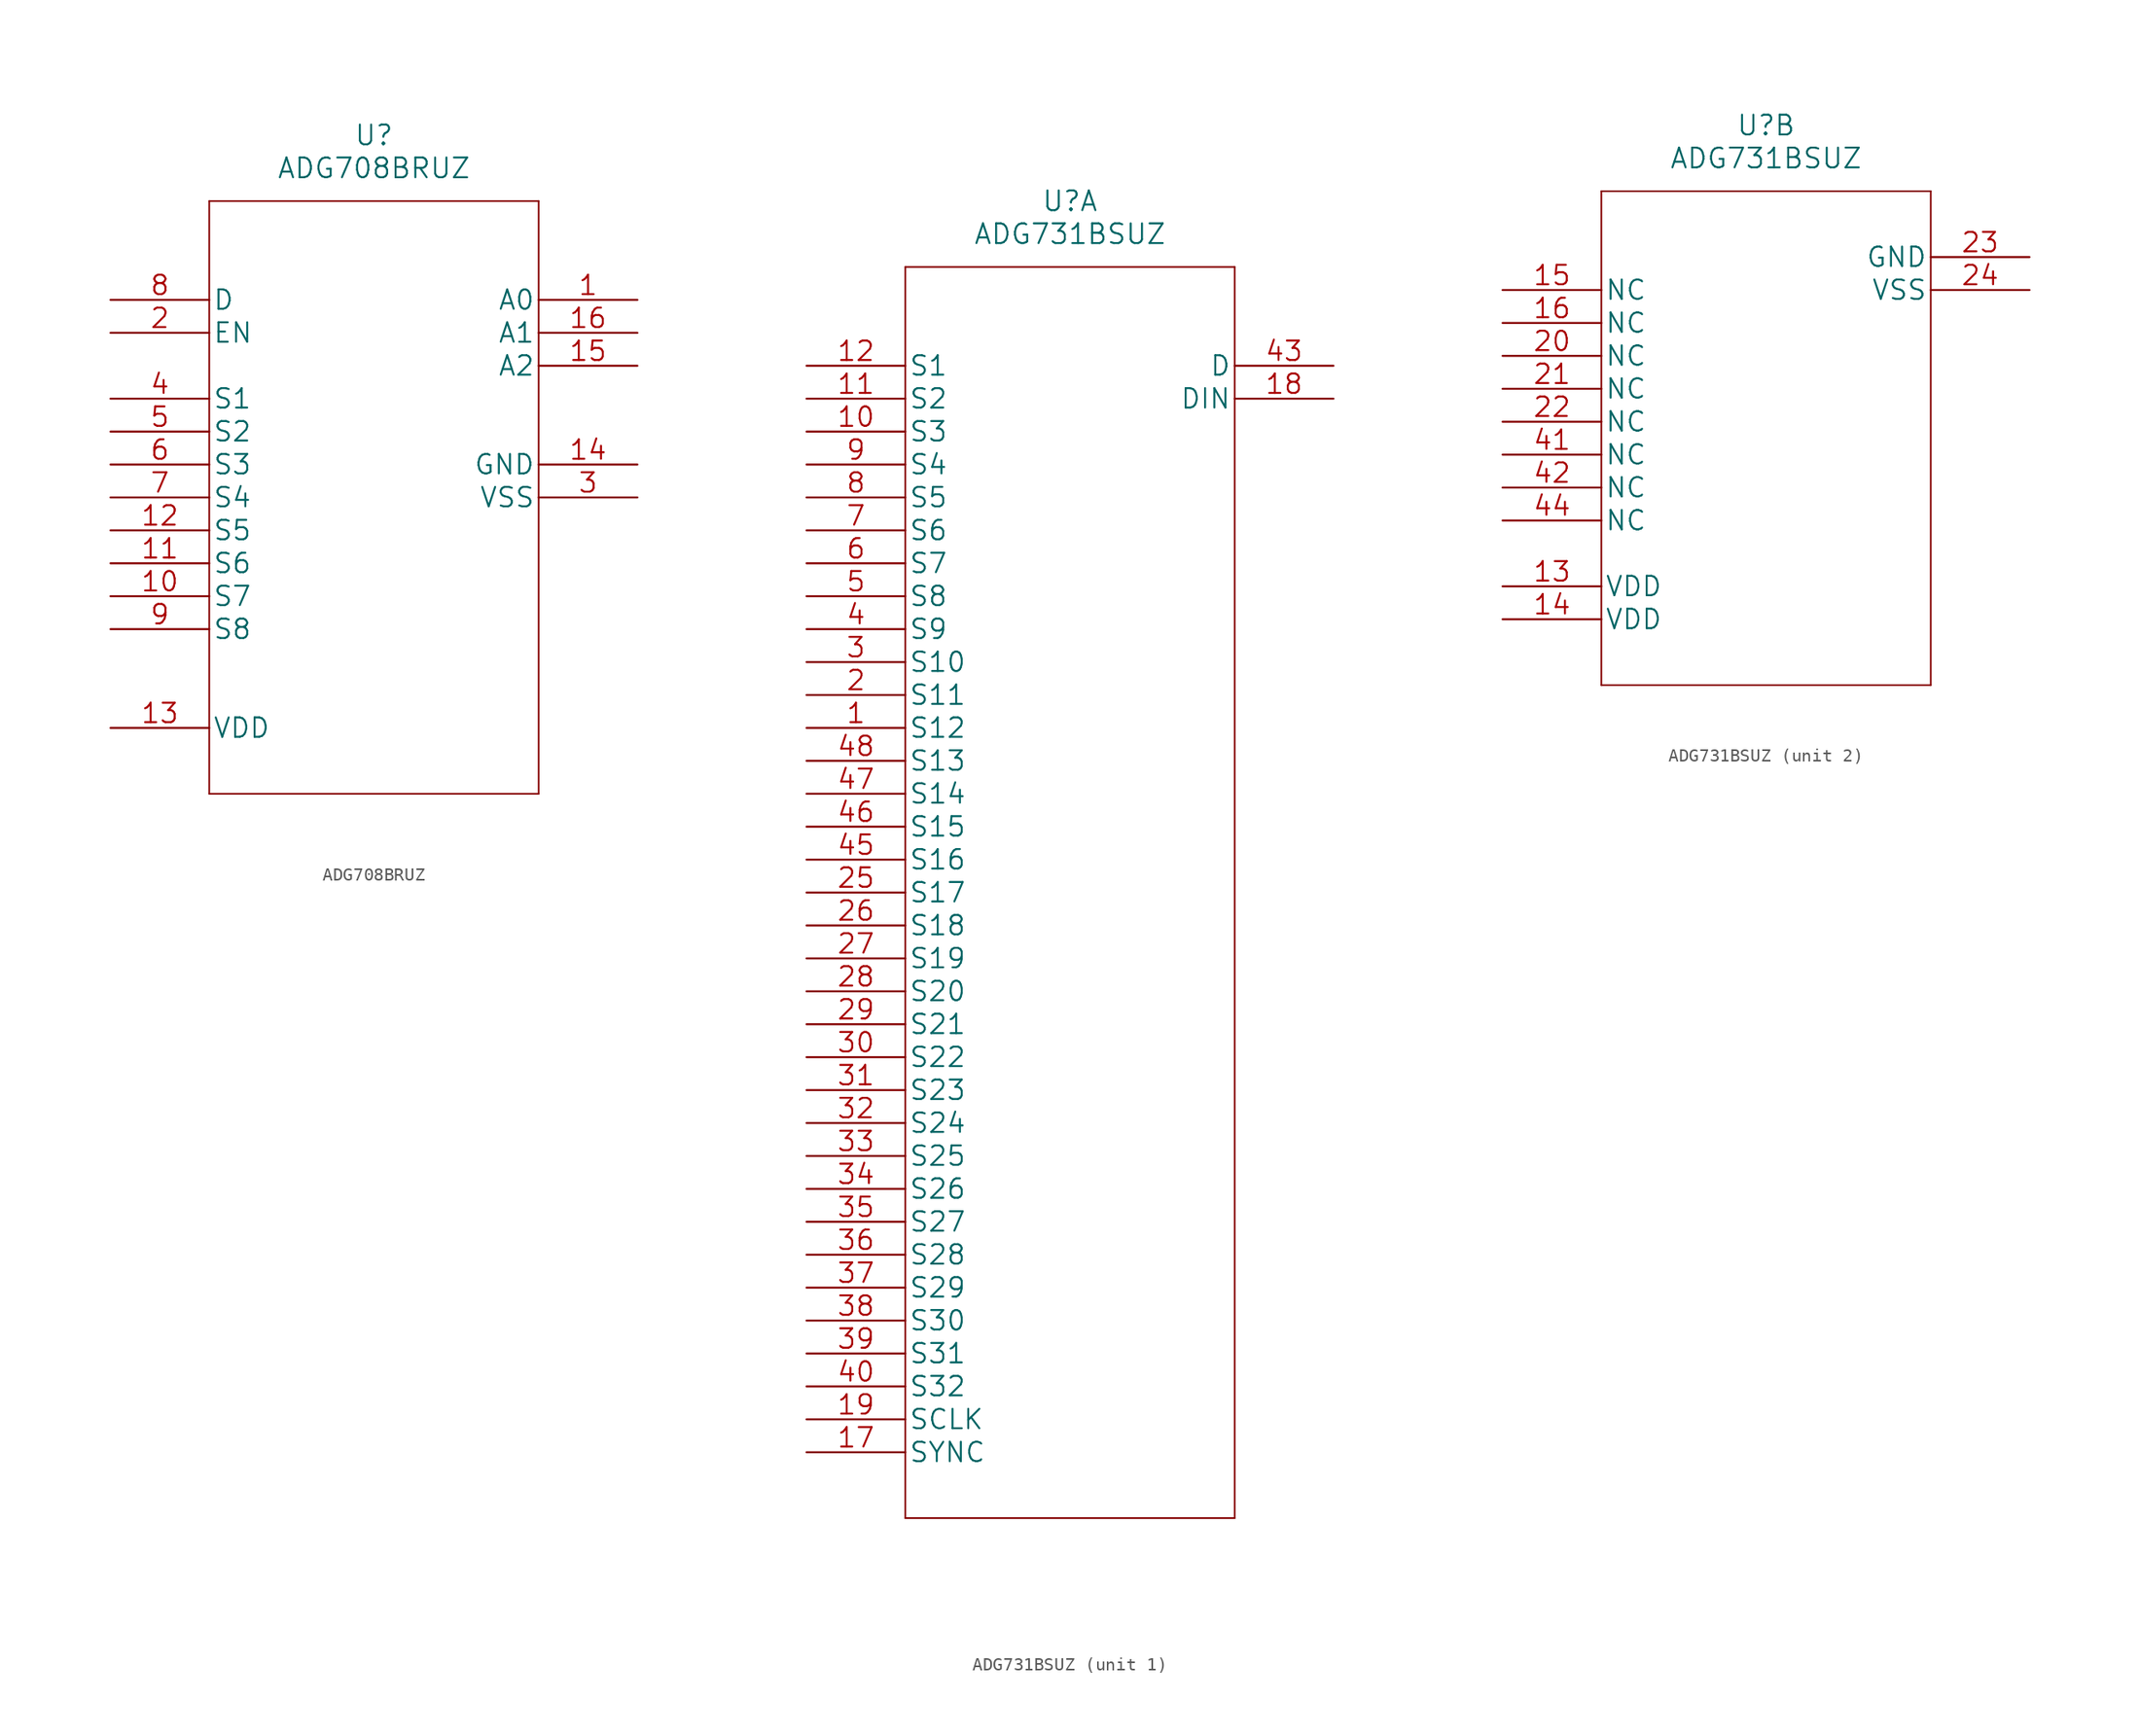
<source format=kicad_sym>
(kicad_symbol_lib
  (version 20211014)
  (generator kicad_symbol_editor)
  (symbol "ADG708BRUZ"
    (pin_names
      (offset 0.254))
    (property "Reference" "U"
      (at 20.32 12.7 0)
      (effects (font (size 1.524 1.524))))
    (property "Value" "ADG708BRUZ"
      (at 20.32 10.16 0)
      (effects (font (size 1.524 1.524))))
    (property "Datasheet" ""
      (at 0 0 0)
      (effects (font (size 1.524 1.524))))
    (property "ki_locked" ""
      (at 0 0 0)
      (effects (font (size 1.27 1.27))))
    (symbol "ADG708BRUZ_1_1"
      (polyline (pts (xy 7.62 -38.1) (xy 33.02 -38.1)) (stroke (width 0.127) (type default) (color 0 0 0 0)) (fill (type none)))
      (polyline (pts (xy 7.62 7.62) (xy 7.62 -38.1)) (stroke (width 0.127) (type default) (color 0 0 0 0)) (fill (type none)))
      (polyline (pts (xy 33.02 -38.1) (xy 33.02 7.62)) (stroke (width 0.127) (type default) (color 0 0 0 0)) (fill (type none)))
      (polyline (pts (xy 33.02 7.62) (xy 7.62 7.62)) (stroke (width 0.127) (type default) (color 0 0 0 0)) (fill (type none)))
      (pin unspecified line (at 40.64 0 180) (length 7.62) (name "A0" (effects (font (size 1.499 1.499)))) (number "1" (effects (font (size 1.499 1.499)))))
      (pin unspecified line (at 0 -22.86 0) (length 7.62) (name "S7" (effects (font (size 1.499 1.499)))) (number "10" (effects (font (size 1.499 1.499)))))
      (pin unspecified line (at 0 -20.32 0) (length 7.62) (name "S6" (effects (font (size 1.499 1.499)))) (number "11" (effects (font (size 1.499 1.499)))))
      (pin unspecified line (at 0 -17.78 0) (length 7.62) (name "S5" (effects (font (size 1.499 1.499)))) (number "12" (effects (font (size 1.499 1.499)))))
      (pin power_in line (at 0 -33.02 0) (length 7.62) (name "VDD" (effects (font (size 1.499 1.499)))) (number "13" (effects (font (size 1.499 1.499)))))
      (pin unspecified line (at 40.64 -12.7 180) (length 7.62) (name "GND" (effects (font (size 1.499 1.499)))) (number "14" (effects (font (size 1.499 1.499)))))
      (pin unspecified line (at 40.64 -5.08 180) (length 7.62) (name "A2" (effects (font (size 1.499 1.499)))) (number "15" (effects (font (size 1.499 1.499)))))
      (pin unspecified line (at 40.64 -2.54 180) (length 7.62) (name "A1" (effects (font (size 1.499 1.499)))) (number "16" (effects (font (size 1.499 1.499)))))
      (pin unspecified line (at 0 -2.54 0) (length 7.62) (name "EN" (effects (font (size 1.499 1.499)))) (number "2" (effects (font (size 1.499 1.499)))))
      (pin power_in line (at 40.64 -15.24 180) (length 7.62) (name "VSS" (effects (font (size 1.499 1.499)))) (number "3" (effects (font (size 1.499 1.499)))))
      (pin unspecified line (at 0 -7.62 0) (length 7.62) (name "S1" (effects (font (size 1.499 1.499)))) (number "4" (effects (font (size 1.499 1.499)))))
      (pin unspecified line (at 0 -10.16 0) (length 7.62) (name "S2" (effects (font (size 1.499 1.499)))) (number "5" (effects (font (size 1.499 1.499)))))
      (pin unspecified line (at 0 -12.7 0) (length 7.62) (name "S3" (effects (font (size 1.499 1.499)))) (number "6" (effects (font (size 1.499 1.499)))))
      (pin unspecified line (at 0 -15.24 0) (length 7.62) (name "S4" (effects (font (size 1.499 1.499)))) (number "7" (effects (font (size 1.499 1.499)))))
      (pin unspecified line (at 0 0 0) (length 7.62) (name "D" (effects (font (size 1.499 1.499)))) (number "8" (effects (font (size 1.499 1.499)))))
      (pin unspecified line (at 0 -25.4 0) (length 7.62) (name "S8" (effects (font (size 1.499 1.499)))) (number "9" (effects (font (size 1.499 1.499)))))))
  (symbol "ADG731BSUZ"
    (pin_names
      (offset 0.254))
    (property "Reference" "U"
      (at 20.32 12.7 0)
      (effects (font (size 1.524 1.524))))
    (property "Value" "ADG731BSUZ"
      (at 20.32 10.16 0)
      (effects (font (size 1.524 1.524))))
    (property "Datasheet" ""
      (at 0 0 0)
      (effects (font (size 1.524 1.524))))
    (symbol "ADG731BSUZ_1_1"
      (polyline (pts (xy 7.62 -88.9) (xy 33.02 -88.9)) (stroke (width 0.127) (type default) (color 0 0 0 0)) (fill (type none)))
      (polyline (pts (xy 7.62 7.62) (xy 7.62 -88.9)) (stroke (width 0.127) (type default) (color 0 0 0 0)) (fill (type none)))
      (polyline (pts (xy 33.02 -88.9) (xy 33.02 7.62)) (stroke (width 0.127) (type default) (color 0 0 0 0)) (fill (type none)))
      (polyline (pts (xy 33.02 7.62) (xy 7.62 7.62)) (stroke (width 0.127) (type default) (color 0 0 0 0)) (fill (type none)))
      (pin unspecified line (at 0 -27.94 0) (length 7.62) (name "S12" (effects (font (size 1.499 1.499)))) (number "1" (effects (font (size 1.499 1.499)))))
      (pin unspecified line (at 0 -5.08 0) (length 7.62) (name "S3" (effects (font (size 1.499 1.499)))) (number "10" (effects (font (size 1.499 1.499)))))
      (pin unspecified line (at 0 -2.54 0) (length 7.62) (name "S2" (effects (font (size 1.499 1.499)))) (number "11" (effects (font (size 1.499 1.499)))))
      (pin unspecified line (at 0 0 0) (length 7.62) (name "S1" (effects (font (size 1.499 1.499)))) (number "12" (effects (font (size 1.499 1.499)))))
      (pin unspecified line (at 0 -83.82 0) (length 7.62) (name "SYNC" (effects (font (size 1.499 1.499)))) (number "17" (effects (font (size 1.499 1.499)))))
      (pin unspecified line (at 40.64 -2.54 180) (length 7.62) (name "DIN" (effects (font (size 1.499 1.499)))) (number "18" (effects (font (size 1.499 1.499)))))
      (pin unspecified line (at 0 -81.28 0) (length 7.62) (name "SCLK" (effects (font (size 1.499 1.499)))) (number "19" (effects (font (size 1.499 1.499)))))
      (pin unspecified line (at 0 -25.4 0) (length 7.62) (name "S11" (effects (font (size 1.499 1.499)))) (number "2" (effects (font (size 1.499 1.499)))))
      (pin unspecified line (at 0 -40.64 0) (length 7.62) (name "S17" (effects (font (size 1.499 1.499)))) (number "25" (effects (font (size 1.499 1.499)))))
      (pin unspecified line (at 0 -43.18 0) (length 7.62) (name "S18" (effects (font (size 1.499 1.499)))) (number "26" (effects (font (size 1.499 1.499)))))
      (pin unspecified line (at 0 -45.72 0) (length 7.62) (name "S19" (effects (font (size 1.499 1.499)))) (number "27" (effects (font (size 1.499 1.499)))))
      (pin unspecified line (at 0 -48.26 0) (length 7.62) (name "S20" (effects (font (size 1.499 1.499)))) (number "28" (effects (font (size 1.499 1.499)))))
      (pin unspecified line (at 0 -50.8 0) (length 7.62) (name "S21" (effects (font (size 1.499 1.499)))) (number "29" (effects (font (size 1.499 1.499)))))
      (pin unspecified line (at 0 -22.86 0) (length 7.62) (name "S10" (effects (font (size 1.499 1.499)))) (number "3" (effects (font (size 1.499 1.499)))))
      (pin unspecified line (at 0 -53.34 0) (length 7.62) (name "S22" (effects (font (size 1.499 1.499)))) (number "30" (effects (font (size 1.499 1.499)))))
      (pin unspecified line (at 0 -55.88 0) (length 7.62) (name "S23" (effects (font (size 1.499 1.499)))) (number "31" (effects (font (size 1.499 1.499)))))
      (pin unspecified line (at 0 -58.42 0) (length 7.62) (name "S24" (effects (font (size 1.499 1.499)))) (number "32" (effects (font (size 1.499 1.499)))))
      (pin unspecified line (at 0 -60.96 0) (length 7.62) (name "S25" (effects (font (size 1.499 1.499)))) (number "33" (effects (font (size 1.499 1.499)))))
      (pin unspecified line (at 0 -63.5 0) (length 7.62) (name "S26" (effects (font (size 1.499 1.499)))) (number "34" (effects (font (size 1.499 1.499)))))
      (pin unspecified line (at 0 -66.04 0) (length 7.62) (name "S27" (effects (font (size 1.499 1.499)))) (number "35" (effects (font (size 1.499 1.499)))))
      (pin unspecified line (at 0 -68.58 0) (length 7.62) (name "S28" (effects (font (size 1.499 1.499)))) (number "36" (effects (font (size 1.499 1.499)))))
      (pin unspecified line (at 0 -71.12 0) (length 7.62) (name "S29" (effects (font (size 1.499 1.499)))) (number "37" (effects (font (size 1.499 1.499)))))
      (pin unspecified line (at 0 -73.66 0) (length 7.62) (name "S30" (effects (font (size 1.499 1.499)))) (number "38" (effects (font (size 1.499 1.499)))))
      (pin unspecified line (at 0 -76.2 0) (length 7.62) (name "S31" (effects (font (size 1.499 1.499)))) (number "39" (effects (font (size 1.499 1.499)))))
      (pin unspecified line (at 0 -20.32 0) (length 7.62) (name "S9" (effects (font (size 1.499 1.499)))) (number "4" (effects (font (size 1.499 1.499)))))
      (pin unspecified line (at 0 -78.74 0) (length 7.62) (name "S32" (effects (font (size 1.499 1.499)))) (number "40" (effects (font (size 1.499 1.499)))))
      (pin unspecified line (at 40.64 0 180) (length 7.62) (name "D" (effects (font (size 1.499 1.499)))) (number "43" (effects (font (size 1.499 1.499)))))
      (pin unspecified line (at 0 -38.1 0) (length 7.62) (name "S16" (effects (font (size 1.499 1.499)))) (number "45" (effects (font (size 1.499 1.499)))))
      (pin unspecified line (at 0 -35.56 0) (length 7.62) (name "S15" (effects (font (size 1.499 1.499)))) (number "46" (effects (font (size 1.499 1.499)))))
      (pin unspecified line (at 0 -33.02 0) (length 7.62) (name "S14" (effects (font (size 1.499 1.499)))) (number "47" (effects (font (size 1.499 1.499)))))
      (pin unspecified line (at 0 -30.48 0) (length 7.62) (name "S13" (effects (font (size 1.499 1.499)))) (number "48" (effects (font (size 1.499 1.499)))))
      (pin unspecified line (at 0 -17.78 0) (length 7.62) (name "S8" (effects (font (size 1.499 1.499)))) (number "5" (effects (font (size 1.499 1.499)))))
      (pin unspecified line (at 0 -15.24 0) (length 7.62) (name "S7" (effects (font (size 1.499 1.499)))) (number "6" (effects (font (size 1.499 1.499)))))
      (pin unspecified line (at 0 -12.7 0) (length 7.62) (name "S6" (effects (font (size 1.499 1.499)))) (number "7" (effects (font (size 1.499 1.499)))))
      (pin unspecified line (at 0 -10.16 0) (length 7.62) (name "S5" (effects (font (size 1.499 1.499)))) (number "8" (effects (font (size 1.499 1.499)))))
      (pin unspecified line (at 0 -7.62 0) (length 7.62) (name "S4" (effects (font (size 1.499 1.499)))) (number "9" (effects (font (size 1.499 1.499))))))
    (symbol "ADG731BSUZ_2_1"
      (polyline (pts (xy 7.62 -30.48) (xy 33.02 -30.48)) (stroke (width 0.127) (type default) (color 0 0 0 0)) (fill (type none)))
      (polyline (pts (xy 7.62 7.62) (xy 7.62 -30.48)) (stroke (width 0.127) (type default) (color 0 0 0 0)) (fill (type none)))
      (polyline (pts (xy 33.02 -30.48) (xy 33.02 7.62)) (stroke (width 0.127) (type default) (color 0 0 0 0)) (fill (type none)))
      (polyline (pts (xy 33.02 7.62) (xy 7.62 7.62)) (stroke (width 0.127) (type default) (color 0 0 0 0)) (fill (type none)))
      (pin power_in line (at 0 -22.86 0) (length 7.62) (name "VDD" (effects (font (size 1.499 1.499)))) (number "13" (effects (font (size 1.499 1.499)))))
      (pin power_in line (at 0 -25.4 0) (length 7.62) (name "VDD" (effects (font (size 1.499 1.499)))) (number "14" (effects (font (size 1.499 1.499)))))
      (pin unspecified line (at 0 0 0) (length 7.62) (name "NC" (effects (font (size 1.499 1.499)))) (number "15" (effects (font (size 1.499 1.499)))))
      (pin unspecified line (at 0 -2.54 0) (length 7.62) (name "NC" (effects (font (size 1.499 1.499)))) (number "16" (effects (font (size 1.499 1.499)))))
      (pin unspecified line (at 0 -5.08 0) (length 7.62) (name "NC" (effects (font (size 1.499 1.499)))) (number "20" (effects (font (size 1.499 1.499)))))
      (pin unspecified line (at 0 -7.62 0) (length 7.62) (name "NC" (effects (font (size 1.499 1.499)))) (number "21" (effects (font (size 1.499 1.499)))))
      (pin unspecified line (at 0 -10.16 0) (length 7.62) (name "NC" (effects (font (size 1.499 1.499)))) (number "22" (effects (font (size 1.499 1.499)))))
      (pin unspecified line (at 40.64 2.54 180) (length 7.62) (name "GND" (effects (font (size 1.499 1.499)))) (number "23" (effects (font (size 1.499 1.499)))))
      (pin power_in line (at 40.64 0 180) (length 7.62) (name "VSS" (effects (font (size 1.499 1.499)))) (number "24" (effects (font (size 1.499 1.499)))))
      (pin unspecified line (at 0 -12.7 0) (length 7.62) (name "NC" (effects (font (size 1.499 1.499)))) (number "41" (effects (font (size 1.499 1.499)))))
      (pin unspecified line (at 0 -15.24 0) (length 7.62) (name "NC" (effects (font (size 1.499 1.499)))) (number "42" (effects (font (size 1.499 1.499)))))
      (pin unspecified line (at 0 -17.78 0) (length 7.62) (name "NC" (effects (font (size 1.499 1.499)))) (number "44" (effects (font (size 1.499 1.499))))))))
</source>
